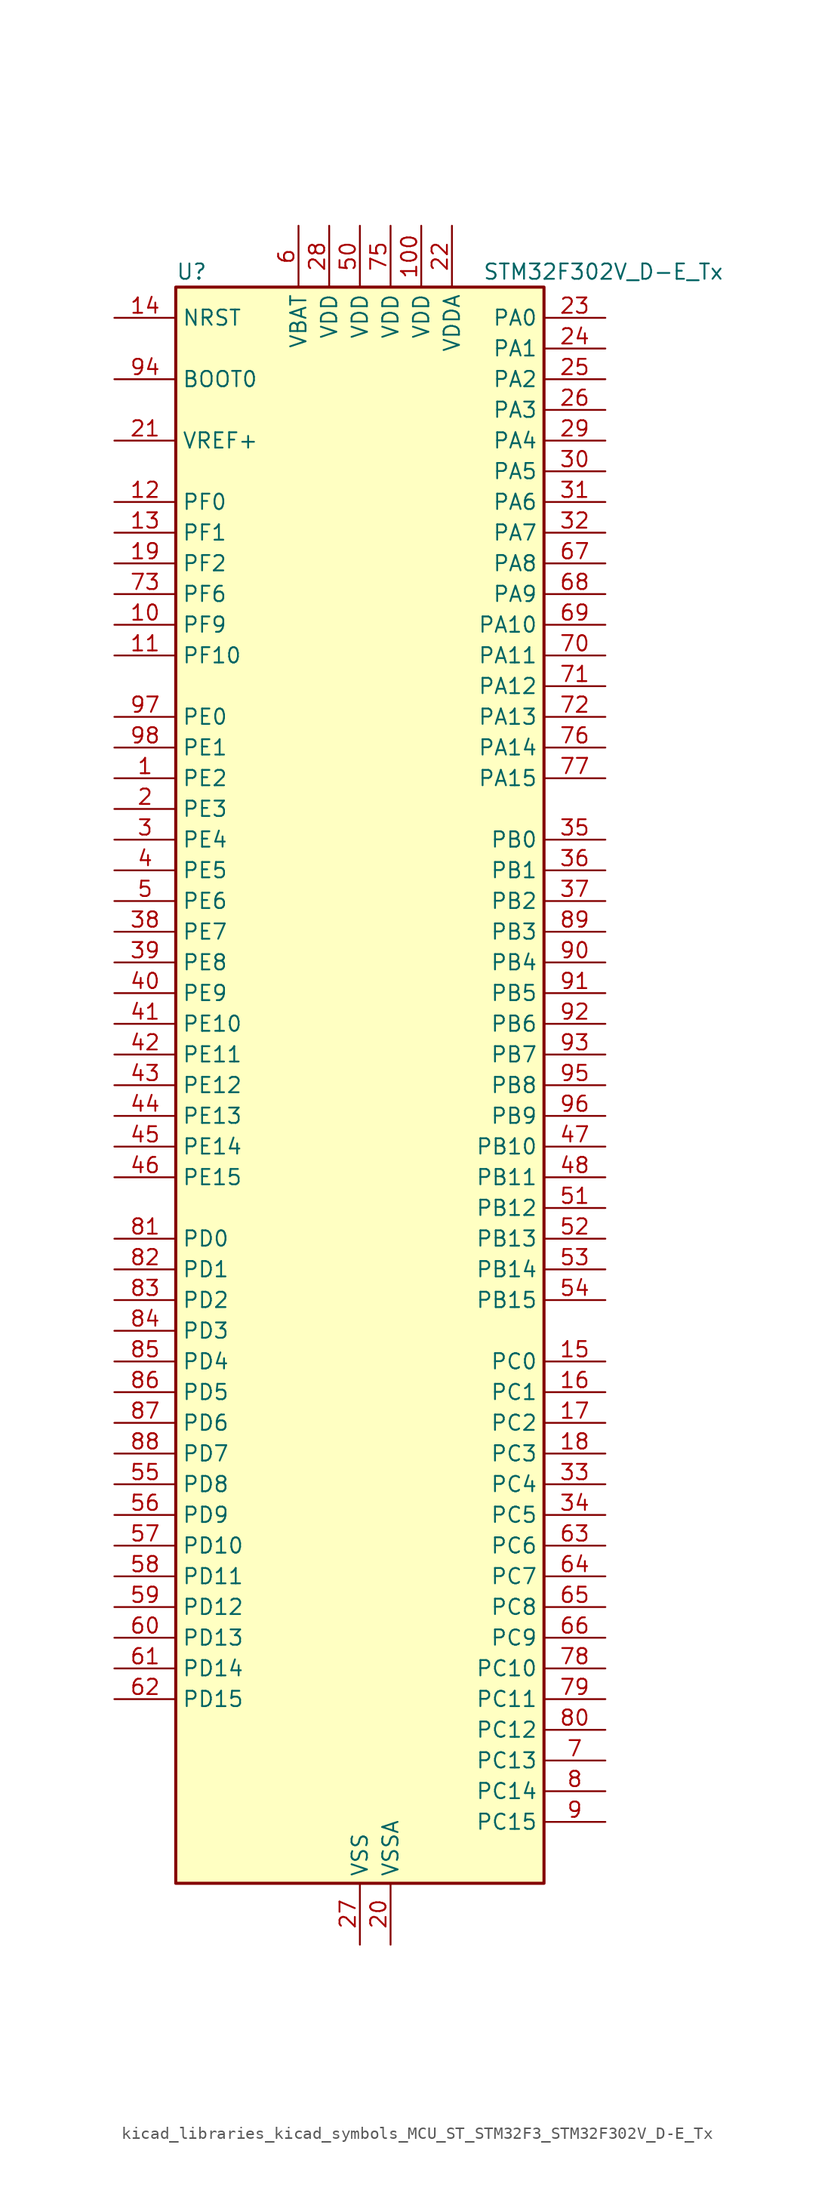
<source format=kicad_sym>
(kicad_symbol_lib
  (version 20220914)
  (generator kicad_symbol_editor)
  (symbol "kicad_libraries_kicad_symbols_MCU_ST_STM32F3_STM32F302V_D-E_Tx"
    (property "Reference" "U"
      (at -15.24 67.31 0)
      (effects (font (size 1.27 1.27)) (justify left)))
    (property "Value" "STM32F302V_D-E_Tx"
      (at 10.16 67.31 0)
      (effects (font (size 1.27 1.27)) (justify left)))
    (property "ki_locked" ""
      (at 0 0 0)
      (effects (font (size 1.27 1.27))))
    (symbol "kicad_libraries_kicad_symbols_MCU_ST_STM32F3_STM32F302V_D-E_Tx_0_1"
      (rectangle (start -15.24 -66.04) (end 15.24 66.04) (stroke (width 0.254) (type default)) (fill (type background))))
    (symbol "kicad_libraries_kicad_symbols_MCU_ST_STM32F3_STM32F302V_D-E_Tx_1_1"
      (pin bidirectional line (at -20.32 25.4 0) (length 5.08) (name "PE2" (effects (font (size 1.27 1.27)))) (number "1" (effects (font (size 1.27 1.27)))) (alternate "FMC_A23" bidirectional line) (alternate "SPI4_SCK" bidirectional line) (alternate "SYS_TRACECK" bidirectional line) (alternate "TIM3_CH1" bidirectional line) (alternate "TSC_G7_IO1" bidirectional line))
      (pin bidirectional line (at -20.32 38.1 0) (length 5.08) (name "PF9" (effects (font (size 1.27 1.27)))) (number "10" (effects (font (size 1.27 1.27)))) (alternate "DAC1_EXTI9" bidirectional line) (alternate "FMC_CD" bidirectional line) (alternate "SPI2_SCK" bidirectional line) (alternate "TIM15_CH1" bidirectional line))
      (pin power_in line (at 5.08 71.12 270) (length 5.08) (name "VDD" (effects (font (size 1.27 1.27)))) (number "100" (effects (font (size 1.27 1.27)))))
      (pin bidirectional line (at -20.32 35.56 0) (length 5.08) (name "PF10" (effects (font (size 1.27 1.27)))) (number "11" (effects (font (size 1.27 1.27)))) (alternate "FMC_INTR" bidirectional line) (alternate "SPI2_SCK" bidirectional line) (alternate "TIM15_CH2" bidirectional line))
      (pin bidirectional line (at -20.32 48.26 0) (length 5.08) (name "PF0" (effects (font (size 1.27 1.27)))) (number "12" (effects (font (size 1.27 1.27)))) (alternate "I2C2_SDA" bidirectional line) (alternate "I2S2_WS" bidirectional line) (alternate "RCC_OSC_IN" bidirectional line) (alternate "SPI2_NSS" bidirectional line) (alternate "TIM1_CH3N" bidirectional line))
      (pin bidirectional line (at -20.32 45.72 0) (length 5.08) (name "PF1" (effects (font (size 1.27 1.27)))) (number "13" (effects (font (size 1.27 1.27)))) (alternate "I2C2_SCL" bidirectional line) (alternate "I2S2_CK" bidirectional line) (alternate "RCC_OSC_OUT" bidirectional line) (alternate "SPI2_SCK" bidirectional line))
      (pin input line (at -20.32 63.5 0) (length 5.08) (name "NRST" (effects (font (size 1.27 1.27)))) (number "14" (effects (font (size 1.27 1.27)))))
      (pin bidirectional line (at 20.32 -22.86 180) (length 5.08) (name "PC0" (effects (font (size 1.27 1.27)))) (number "15" (effects (font (size 1.27 1.27)))) (alternate "ADC1_IN6" bidirectional line) (alternate "ADC2_IN6" bidirectional line) (alternate "TIM1_CH1" bidirectional line))
      (pin bidirectional line (at 20.32 -25.4 180) (length 5.08) (name "PC1" (effects (font (size 1.27 1.27)))) (number "16" (effects (font (size 1.27 1.27)))) (alternate "ADC1_IN7" bidirectional line) (alternate "ADC2_IN7" bidirectional line) (alternate "TIM1_CH2" bidirectional line))
      (pin bidirectional line (at 20.32 -27.94 180) (length 5.08) (name "PC2" (effects (font (size 1.27 1.27)))) (number "17" (effects (font (size 1.27 1.27)))) (alternate "ADC1_IN8" bidirectional line) (alternate "ADC2_IN8" bidirectional line) (alternate "TIM1_CH3" bidirectional line))
      (pin bidirectional line (at 20.32 -30.48 180) (length 5.08) (name "PC3" (effects (font (size 1.27 1.27)))) (number "18" (effects (font (size 1.27 1.27)))) (alternate "ADC1_IN9" bidirectional line) (alternate "ADC2_IN9" bidirectional line) (alternate "TIM1_BKIN2" bidirectional line) (alternate "TIM1_CH4" bidirectional line))
      (pin bidirectional line (at -20.32 43.18 0) (length 5.08) (name "PF2" (effects (font (size 1.27 1.27)))) (number "19" (effects (font (size 1.27 1.27)))) (alternate "ADC1_IN10" bidirectional line) (alternate "ADC2_IN10" bidirectional line) (alternate "FMC_A2" bidirectional line))
      (pin bidirectional line (at -20.32 22.86 0) (length 5.08) (name "PE3" (effects (font (size 1.27 1.27)))) (number "2" (effects (font (size 1.27 1.27)))) (alternate "FMC_A19" bidirectional line) (alternate "SPI4_NSS" bidirectional line) (alternate "SYS_TRACED0" bidirectional line) (alternate "TIM3_CH2" bidirectional line) (alternate "TSC_G7_IO2" bidirectional line))
      (pin power_in line (at 2.54 -71.12 90) (length 5.08) (name "VSSA" (effects (font (size 1.27 1.27)))) (number "20" (effects (font (size 1.27 1.27)))))
      (pin input line (at -20.32 53.34 0) (length 5.08) (name "VREF+" (effects (font (size 1.27 1.27)))) (number "21" (effects (font (size 1.27 1.27)))))
      (pin power_in line (at 7.62 71.12 270) (length 5.08) (name "VDDA" (effects (font (size 1.27 1.27)))) (number "22" (effects (font (size 1.27 1.27)))))
      (pin bidirectional line (at 20.32 63.5 180) (length 5.08) (name "PA0" (effects (font (size 1.27 1.27)))) (number "23" (effects (font (size 1.27 1.27)))) (alternate "ADC1_IN1" bidirectional line) (alternate "COMP1_INM" bidirectional line) (alternate "COMP1_OUT" bidirectional line) (alternate "RTC_TAMP2" bidirectional line) (alternate "SYS_WKUP1" bidirectional line) (alternate "TIM2_CH1" bidirectional line) (alternate "TIM2_ETR" bidirectional line) (alternate "TSC_G1_IO1" bidirectional line) (alternate "USART2_CTS" bidirectional line))
      (pin bidirectional line (at 20.32 60.96 180) (length 5.08) (name "PA1" (effects (font (size 1.27 1.27)))) (number "24" (effects (font (size 1.27 1.27)))) (alternate "ADC1_IN2" bidirectional line) (alternate "COMP1_INP" bidirectional line) (alternate "OPAMP1_VINP" bidirectional line) (alternate "OPAMP1_VINP_SEC" bidirectional line) (alternate "RTC_REFIN" bidirectional line) (alternate "TIM15_CH1N" bidirectional line) (alternate "TIM2_CH2" bidirectional line) (alternate "TSC_G1_IO2" bidirectional line) (alternate "USART2_DE" bidirectional line) (alternate "USART2_RTS" bidirectional line))
      (pin bidirectional line (at 20.32 58.42 180) (length 5.08) (name "PA2" (effects (font (size 1.27 1.27)))) (number "25" (effects (font (size 1.27 1.27)))) (alternate "ADC1_IN3" bidirectional line) (alternate "COMP2_INM" bidirectional line) (alternate "COMP2_OUT" bidirectional line) (alternate "OPAMP1_VOUT" bidirectional line) (alternate "TIM15_CH1" bidirectional line) (alternate "TIM2_CH3" bidirectional line) (alternate "TSC_G1_IO3" bidirectional line) (alternate "USART2_TX" bidirectional line))
      (pin bidirectional line (at 20.32 55.88 180) (length 5.08) (name "PA3" (effects (font (size 1.27 1.27)))) (number "26" (effects (font (size 1.27 1.27)))) (alternate "ADC1_IN4" bidirectional line) (alternate "OPAMP1_VINM" bidirectional line) (alternate "OPAMP1_VINM_SEC" bidirectional line) (alternate "OPAMP1_VINP" bidirectional line) (alternate "OPAMP1_VINP_SEC" bidirectional line) (alternate "TIM15_CH2" bidirectional line) (alternate "TIM2_CH4" bidirectional line) (alternate "TSC_G1_IO4" bidirectional line) (alternate "USART2_RX" bidirectional line))
      (pin power_in line (at 0 -71.12 90) (length 5.08) (name "VSS" (effects (font (size 1.27 1.27)))) (number "27" (effects (font (size 1.27 1.27)))))
      (pin power_in line (at -2.54 71.12 270) (length 5.08) (name "VDD" (effects (font (size 1.27 1.27)))) (number "28" (effects (font (size 1.27 1.27)))))
      (pin bidirectional line (at 20.32 53.34 180) (length 5.08) (name "PA4" (effects (font (size 1.27 1.27)))) (number "29" (effects (font (size 1.27 1.27)))) (alternate "ADC2_IN1" bidirectional line) (alternate "COMP1_INM" bidirectional line) (alternate "COMP2_INM" bidirectional line) (alternate "COMP4_INM" bidirectional line) (alternate "COMP6_INM" bidirectional line) (alternate "DAC1_OUT1" bidirectional line) (alternate "I2S3_WS" bidirectional line) (alternate "SPI1_NSS" bidirectional line) (alternate "SPI3_NSS" bidirectional line) (alternate "TIM3_CH2" bidirectional line) (alternate "TSC_G2_IO1" bidirectional line) (alternate "USART2_CK" bidirectional line))
      (pin bidirectional line (at -20.32 20.32 0) (length 5.08) (name "PE4" (effects (font (size 1.27 1.27)))) (number "3" (effects (font (size 1.27 1.27)))) (alternate "FMC_A20" bidirectional line) (alternate "SPI4_NSS" bidirectional line) (alternate "SYS_TRACED1" bidirectional line) (alternate "TIM3_CH3" bidirectional line) (alternate "TSC_G7_IO3" bidirectional line))
      (pin bidirectional line (at 20.32 50.8 180) (length 5.08) (name "PA5" (effects (font (size 1.27 1.27)))) (number "30" (effects (font (size 1.27 1.27)))) (alternate "ADC2_IN2" bidirectional line) (alternate "COMP1_INM" bidirectional line) (alternate "COMP2_INM" bidirectional line) (alternate "COMP4_INM" bidirectional line) (alternate "COMP6_INM" bidirectional line) (alternate "OPAMP1_VINP" bidirectional line) (alternate "OPAMP1_VINP_SEC" bidirectional line) (alternate "OPAMP2_VINM" bidirectional line) (alternate "OPAMP2_VINM_SEC" bidirectional line) (alternate "SPI1_SCK" bidirectional line) (alternate "TIM2_CH1" bidirectional line) (alternate "TIM2_ETR" bidirectional line) (alternate "TSC_G2_IO2" bidirectional line))
      (pin bidirectional line (at 20.32 48.26 180) (length 5.08) (name "PA6" (effects (font (size 1.27 1.27)))) (number "31" (effects (font (size 1.27 1.27)))) (alternate "ADC2_IN3" bidirectional line) (alternate "COMP1_OUT" bidirectional line) (alternate "OPAMP2_VOUT" bidirectional line) (alternate "SPI1_MISO" bidirectional line) (alternate "TIM16_CH1" bidirectional line) (alternate "TIM1_BKIN" bidirectional line) (alternate "TIM3_CH1" bidirectional line) (alternate "TSC_G2_IO3" bidirectional line))
      (pin bidirectional line (at 20.32 45.72 180) (length 5.08) (name "PA7" (effects (font (size 1.27 1.27)))) (number "32" (effects (font (size 1.27 1.27)))) (alternate "ADC2_IN4" bidirectional line) (alternate "COMP2_INP" bidirectional line) (alternate "OPAMP1_VINP" bidirectional line) (alternate "OPAMP1_VINP_SEC" bidirectional line) (alternate "OPAMP2_VINP" bidirectional line) (alternate "OPAMP2_VINP_SEC" bidirectional line) (alternate "SPI1_MOSI" bidirectional line) (alternate "TIM17_CH1" bidirectional line) (alternate "TIM1_CH1N" bidirectional line) (alternate "TIM3_CH2" bidirectional line) (alternate "TSC_G2_IO4" bidirectional line))
      (pin bidirectional line (at 20.32 -33.02 180) (length 5.08) (name "PC4" (effects (font (size 1.27 1.27)))) (number "33" (effects (font (size 1.27 1.27)))) (alternate "ADC2_IN5" bidirectional line) (alternate "TIM1_ETR" bidirectional line) (alternate "USART1_TX" bidirectional line))
      (pin bidirectional line (at 20.32 -35.56 180) (length 5.08) (name "PC5" (effects (font (size 1.27 1.27)))) (number "34" (effects (font (size 1.27 1.27)))) (alternate "ADC2_IN11" bidirectional line) (alternate "OPAMP1_VINM" bidirectional line) (alternate "OPAMP1_VINM_SEC" bidirectional line) (alternate "OPAMP2_VINM" bidirectional line) (alternate "OPAMP2_VINM_SEC" bidirectional line) (alternate "TIM15_BKIN" bidirectional line) (alternate "TSC_G3_IO1" bidirectional line) (alternate "USART1_RX" bidirectional line))
      (pin bidirectional line (at 20.32 20.32 180) (length 5.08) (name "PB0" (effects (font (size 1.27 1.27)))) (number "35" (effects (font (size 1.27 1.27)))) (alternate "COMP4_INP" bidirectional line) (alternate "OPAMP2_VINP" bidirectional line) (alternate "OPAMP2_VINP_SEC" bidirectional line) (alternate "TIM1_CH2N" bidirectional line) (alternate "TIM3_CH3" bidirectional line) (alternate "TSC_G3_IO2" bidirectional line))
      (pin bidirectional line (at 20.32 17.78 180) (length 5.08) (name "PB1" (effects (font (size 1.27 1.27)))) (number "36" (effects (font (size 1.27 1.27)))) (alternate "COMP4_OUT" bidirectional line) (alternate "TIM1_CH3N" bidirectional line) (alternate "TIM3_CH4" bidirectional line) (alternate "TSC_G3_IO3" bidirectional line))
      (pin bidirectional line (at 20.32 15.24 180) (length 5.08) (name "PB2" (effects (font (size 1.27 1.27)))) (number "37" (effects (font (size 1.27 1.27)))) (alternate "ADC2_IN12" bidirectional line) (alternate "COMP4_INM" bidirectional line) (alternate "TSC_G3_IO4" bidirectional line))
      (pin bidirectional line (at -20.32 12.7 0) (length 5.08) (name "PE7" (effects (font (size 1.27 1.27)))) (number "38" (effects (font (size 1.27 1.27)))) (alternate "FMC_D4" bidirectional line) (alternate "FMC_DA4" bidirectional line) (alternate "TIM1_ETR" bidirectional line))
      (pin bidirectional line (at -20.32 10.16 0) (length 5.08) (name "PE8" (effects (font (size 1.27 1.27)))) (number "39" (effects (font (size 1.27 1.27)))) (alternate "COMP4_INM" bidirectional line) (alternate "FMC_D5" bidirectional line) (alternate "FMC_DA5" bidirectional line) (alternate "TIM1_CH1N" bidirectional line))
      (pin bidirectional line (at -20.32 17.78 0) (length 5.08) (name "PE5" (effects (font (size 1.27 1.27)))) (number "4" (effects (font (size 1.27 1.27)))) (alternate "FMC_A21" bidirectional line) (alternate "SPI4_MISO" bidirectional line) (alternate "SYS_TRACED2" bidirectional line) (alternate "TIM3_CH4" bidirectional line) (alternate "TSC_G7_IO4" bidirectional line))
      (pin bidirectional line (at -20.32 7.62 0) (length 5.08) (name "PE9" (effects (font (size 1.27 1.27)))) (number "40" (effects (font (size 1.27 1.27)))) (alternate "DAC1_EXTI9" bidirectional line) (alternate "FMC_D6" bidirectional line) (alternate "FMC_DA6" bidirectional line) (alternate "TIM1_CH1" bidirectional line))
      (pin bidirectional line (at -20.32 5.08 0) (length 5.08) (name "PE10" (effects (font (size 1.27 1.27)))) (number "41" (effects (font (size 1.27 1.27)))) (alternate "FMC_D7" bidirectional line) (alternate "FMC_DA7" bidirectional line) (alternate "TIM1_CH2N" bidirectional line))
      (pin bidirectional line (at -20.32 2.54 0) (length 5.08) (name "PE11" (effects (font (size 1.27 1.27)))) (number "42" (effects (font (size 1.27 1.27)))) (alternate "ADC1_EXTI11" bidirectional line) (alternate "ADC2_EXTI11" bidirectional line) (alternate "FMC_D8" bidirectional line) (alternate "FMC_DA8" bidirectional line) (alternate "SPI4_NSS" bidirectional line) (alternate "TIM1_CH2" bidirectional line))
      (pin bidirectional line (at -20.32 0 0) (length 5.08) (name "PE12" (effects (font (size 1.27 1.27)))) (number "43" (effects (font (size 1.27 1.27)))) (alternate "FMC_D9" bidirectional line) (alternate "FMC_DA9" bidirectional line) (alternate "SPI4_SCK" bidirectional line) (alternate "TIM1_CH3N" bidirectional line))
      (pin bidirectional line (at -20.32 -2.54 0) (length 5.08) (name "PE13" (effects (font (size 1.27 1.27)))) (number "44" (effects (font (size 1.27 1.27)))) (alternate "FMC_D10" bidirectional line) (alternate "FMC_DA10" bidirectional line) (alternate "SPI4_MISO" bidirectional line) (alternate "TIM1_CH3" bidirectional line))
      (pin bidirectional line (at -20.32 -5.08 0) (length 5.08) (name "PE14" (effects (font (size 1.27 1.27)))) (number "45" (effects (font (size 1.27 1.27)))) (alternate "FMC_D11" bidirectional line) (alternate "FMC_DA11" bidirectional line) (alternate "SPI4_MOSI" bidirectional line) (alternate "TIM1_BKIN2" bidirectional line) (alternate "TIM1_CH4" bidirectional line))
      (pin bidirectional line (at -20.32 -7.62 0) (length 5.08) (name "PE15" (effects (font (size 1.27 1.27)))) (number "46" (effects (font (size 1.27 1.27)))) (alternate "ADC1_EXTI15" bidirectional line) (alternate "ADC2_EXTI15" bidirectional line) (alternate "FMC_D12" bidirectional line) (alternate "FMC_DA12" bidirectional line) (alternate "TIM1_BKIN" bidirectional line) (alternate "USART3_RX" bidirectional line))
      (pin bidirectional line (at 20.32 -5.08 180) (length 5.08) (name "PB10" (effects (font (size 1.27 1.27)))) (number "47" (effects (font (size 1.27 1.27)))) (alternate "TIM2_CH3" bidirectional line) (alternate "TSC_SYNC" bidirectional line) (alternate "USART3_TX" bidirectional line))
      (pin bidirectional line (at 20.32 -7.62 180) (length 5.08) (name "PB11" (effects (font (size 1.27 1.27)))) (number "48" (effects (font (size 1.27 1.27)))) (alternate "ADC1_EXTI11" bidirectional line) (alternate "ADC1_IN14" bidirectional line) (alternate "ADC2_EXTI11" bidirectional line) (alternate "ADC2_IN14" bidirectional line) (alternate "COMP6_INP" bidirectional line) (alternate "TIM2_CH4" bidirectional line) (alternate "TSC_G6_IO1" bidirectional line) (alternate "USART3_RX" bidirectional line))
      (pin passive line (at 0 -71.12 90) (length 5.08) hide (name "VSS" (effects (font (size 1.27 1.27)))) (number "49" (effects (font (size 1.27 1.27)))))
      (pin bidirectional line (at -20.32 15.24 0) (length 5.08) (name "PE6" (effects (font (size 1.27 1.27)))) (number "5" (effects (font (size 1.27 1.27)))) (alternate "FMC_A22" bidirectional line) (alternate "RTC_TAMP3" bidirectional line) (alternate "SPI4_MOSI" bidirectional line) (alternate "SYS_TRACED3" bidirectional line) (alternate "SYS_WKUP3" bidirectional line))
      (pin power_in line (at 0 71.12 270) (length 5.08) (name "VDD" (effects (font (size 1.27 1.27)))) (number "50" (effects (font (size 1.27 1.27)))))
      (pin bidirectional line (at 20.32 -10.16 180) (length 5.08) (name "PB12" (effects (font (size 1.27 1.27)))) (number "51" (effects (font (size 1.27 1.27)))) (alternate "I2C2_SMBA" bidirectional line) (alternate "I2S2_WS" bidirectional line) (alternate "SPI2_NSS" bidirectional line) (alternate "TIM1_BKIN" bidirectional line) (alternate "TSC_G6_IO2" bidirectional line) (alternate "USART3_CK" bidirectional line))
      (pin bidirectional line (at 20.32 -12.7 180) (length 5.08) (name "PB13" (effects (font (size 1.27 1.27)))) (number "52" (effects (font (size 1.27 1.27)))) (alternate "I2S2_CK" bidirectional line) (alternate "SPI2_SCK" bidirectional line) (alternate "TIM1_CH1N" bidirectional line) (alternate "TSC_G6_IO3" bidirectional line) (alternate "USART3_CTS" bidirectional line))
      (pin bidirectional line (at 20.32 -15.24 180) (length 5.08) (name "PB14" (effects (font (size 1.27 1.27)))) (number "53" (effects (font (size 1.27 1.27)))) (alternate "I2S2_ext_SD" bidirectional line) (alternate "OPAMP2_VINP" bidirectional line) (alternate "OPAMP2_VINP_SEC" bidirectional line) (alternate "SPI2_MISO" bidirectional line) (alternate "TIM15_CH1" bidirectional line) (alternate "TIM1_CH2N" bidirectional line) (alternate "TSC_G6_IO4" bidirectional line) (alternate "USART3_DE" bidirectional line) (alternate "USART3_RTS" bidirectional line))
      (pin bidirectional line (at 20.32 -17.78 180) (length 5.08) (name "PB15" (effects (font (size 1.27 1.27)))) (number "54" (effects (font (size 1.27 1.27)))) (alternate "ADC1_EXTI15" bidirectional line) (alternate "ADC2_EXTI15" bidirectional line) (alternate "COMP6_INM" bidirectional line) (alternate "I2S2_SD" bidirectional line) (alternate "RTC_REFIN" bidirectional line) (alternate "SPI2_MOSI" bidirectional line) (alternate "TIM15_CH1N" bidirectional line) (alternate "TIM15_CH2" bidirectional line) (alternate "TIM1_CH3N" bidirectional line))
      (pin bidirectional line (at -20.32 -33.02 0) (length 5.08) (name "PD8" (effects (font (size 1.27 1.27)))) (number "55" (effects (font (size 1.27 1.27)))) (alternate "FMC_D13" bidirectional line) (alternate "FMC_DA13" bidirectional line) (alternate "USART3_TX" bidirectional line))
      (pin bidirectional line (at -20.32 -35.56 0) (length 5.08) (name "PD9" (effects (font (size 1.27 1.27)))) (number "56" (effects (font (size 1.27 1.27)))) (alternate "DAC1_EXTI9" bidirectional line) (alternate "FMC_D14" bidirectional line) (alternate "FMC_DA14" bidirectional line) (alternate "USART3_RX" bidirectional line))
      (pin bidirectional line (at -20.32 -38.1 0) (length 5.08) (name "PD10" (effects (font (size 1.27 1.27)))) (number "57" (effects (font (size 1.27 1.27)))) (alternate "COMP6_INM" bidirectional line) (alternate "FMC_D15" bidirectional line) (alternate "FMC_DA15" bidirectional line) (alternate "USART3_CK" bidirectional line))
      (pin bidirectional line (at -20.32 -40.64 0) (length 5.08) (name "PD11" (effects (font (size 1.27 1.27)))) (number "58" (effects (font (size 1.27 1.27)))) (alternate "ADC1_EXTI11" bidirectional line) (alternate "ADC2_EXTI11" bidirectional line) (alternate "FMC_A16" bidirectional line) (alternate "FMC_CLE" bidirectional line) (alternate "USART3_CTS" bidirectional line))
      (pin bidirectional line (at -20.32 -43.18 0) (length 5.08) (name "PD12" (effects (font (size 1.27 1.27)))) (number "59" (effects (font (size 1.27 1.27)))) (alternate "FMC_A17" bidirectional line) (alternate "FMC_ALE" bidirectional line) (alternate "TIM4_CH1" bidirectional line) (alternate "TSC_G8_IO1" bidirectional line) (alternate "USART3_DE" bidirectional line) (alternate "USART3_RTS" bidirectional line))
      (pin power_in line (at -5.08 71.12 270) (length 5.08) (name "VBAT" (effects (font (size 1.27 1.27)))) (number "6" (effects (font (size 1.27 1.27)))))
      (pin bidirectional line (at -20.32 -45.72 0) (length 5.08) (name "PD13" (effects (font (size 1.27 1.27)))) (number "60" (effects (font (size 1.27 1.27)))) (alternate "FMC_A18" bidirectional line) (alternate "TIM4_CH2" bidirectional line) (alternate "TSC_G8_IO2" bidirectional line))
      (pin bidirectional line (at -20.32 -48.26 0) (length 5.08) (name "PD14" (effects (font (size 1.27 1.27)))) (number "61" (effects (font (size 1.27 1.27)))) (alternate "FMC_D0" bidirectional line) (alternate "FMC_DA0" bidirectional line) (alternate "OPAMP2_VINP" bidirectional line) (alternate "OPAMP2_VINP_SEC" bidirectional line) (alternate "TIM4_CH3" bidirectional line) (alternate "TSC_G8_IO3" bidirectional line))
      (pin bidirectional line (at -20.32 -50.8 0) (length 5.08) (name "PD15" (effects (font (size 1.27 1.27)))) (number "62" (effects (font (size 1.27 1.27)))) (alternate "ADC1_EXTI15" bidirectional line) (alternate "ADC2_EXTI15" bidirectional line) (alternate "FMC_D1" bidirectional line) (alternate "FMC_DA1" bidirectional line) (alternate "SPI2_NSS" bidirectional line) (alternate "TIM4_CH4" bidirectional line) (alternate "TSC_G8_IO4" bidirectional line))
      (pin bidirectional line (at 20.32 -38.1 180) (length 5.08) (name "PC6" (effects (font (size 1.27 1.27)))) (number "63" (effects (font (size 1.27 1.27)))) (alternate "COMP6_OUT" bidirectional line) (alternate "I2S2_MCK" bidirectional line) (alternate "TIM3_CH1" bidirectional line))
      (pin bidirectional line (at 20.32 -40.64 180) (length 5.08) (name "PC7" (effects (font (size 1.27 1.27)))) (number "64" (effects (font (size 1.27 1.27)))) (alternate "I2S3_MCK" bidirectional line) (alternate "TIM3_CH2" bidirectional line))
      (pin bidirectional line (at 20.32 -43.18 180) (length 5.08) (name "PC8" (effects (font (size 1.27 1.27)))) (number "65" (effects (font (size 1.27 1.27)))) (alternate "TIM3_CH3" bidirectional line))
      (pin bidirectional line (at 20.32 -45.72 180) (length 5.08) (name "PC9" (effects (font (size 1.27 1.27)))) (number "66" (effects (font (size 1.27 1.27)))) (alternate "DAC1_EXTI9" bidirectional line) (alternate "I2C3_SDA" bidirectional line) (alternate "I2S_CKIN" bidirectional line) (alternate "TIM3_CH4" bidirectional line))
      (pin bidirectional line (at 20.32 43.18 180) (length 5.08) (name "PA8" (effects (font (size 1.27 1.27)))) (number "67" (effects (font (size 1.27 1.27)))) (alternate "I2C2_SMBA" bidirectional line) (alternate "I2C3_SCL" bidirectional line) (alternate "I2S2_MCK" bidirectional line) (alternate "RCC_MCO" bidirectional line) (alternate "TIM1_CH1" bidirectional line) (alternate "TIM4_ETR" bidirectional line) (alternate "USART1_CK" bidirectional line))
      (pin bidirectional line (at 20.32 40.64 180) (length 5.08) (name "PA9" (effects (font (size 1.27 1.27)))) (number "68" (effects (font (size 1.27 1.27)))) (alternate "DAC1_EXTI9" bidirectional line) (alternate "I2C2_SCL" bidirectional line) (alternate "I2C3_SMBA" bidirectional line) (alternate "I2S3_MCK" bidirectional line) (alternate "TIM15_BKIN" bidirectional line) (alternate "TIM1_CH2" bidirectional line) (alternate "TIM2_CH3" bidirectional line) (alternate "TSC_G4_IO1" bidirectional line) (alternate "USART1_TX" bidirectional line))
      (pin bidirectional line (at 20.32 38.1 180) (length 5.08) (name "PA10" (effects (font (size 1.27 1.27)))) (number "69" (effects (font (size 1.27 1.27)))) (alternate "COMP6_OUT" bidirectional line) (alternate "I2C2_SDA" bidirectional line) (alternate "I2S2_ext_SD" bidirectional line) (alternate "SPI2_MISO" bidirectional line) (alternate "TIM17_BKIN" bidirectional line) (alternate "TIM1_CH3" bidirectional line) (alternate "TIM2_CH4" bidirectional line) (alternate "TSC_G4_IO2" bidirectional line) (alternate "USART1_RX" bidirectional line))
      (pin bidirectional line (at 20.32 -55.88 180) (length 5.08) (name "PC13" (effects (font (size 1.27 1.27)))) (number "7" (effects (font (size 1.27 1.27)))) (alternate "RTC_OUT_ALARM" bidirectional line) (alternate "RTC_OUT_CALIB" bidirectional line) (alternate "RTC_TAMP1" bidirectional line) (alternate "RTC_TS" bidirectional line) (alternate "SYS_WKUP2" bidirectional line) (alternate "TIM1_CH1N" bidirectional line))
      (pin bidirectional line (at 20.32 35.56 180) (length 5.08) (name "PA11" (effects (font (size 1.27 1.27)))) (number "70" (effects (font (size 1.27 1.27)))) (alternate "ADC1_EXTI11" bidirectional line) (alternate "ADC2_EXTI11" bidirectional line) (alternate "CAN_RX" bidirectional line) (alternate "COMP1_OUT" bidirectional line) (alternate "I2S2_SD" bidirectional line) (alternate "SPI2_MOSI" bidirectional line) (alternate "TIM1_BKIN2" bidirectional line) (alternate "TIM1_CH1N" bidirectional line) (alternate "TIM1_CH4" bidirectional line) (alternate "TIM4_CH1" bidirectional line) (alternate "USART1_CTS" bidirectional line) (alternate "USB_DM" bidirectional line))
      (pin bidirectional line (at 20.32 33.02 180) (length 5.08) (name "PA12" (effects (font (size 1.27 1.27)))) (number "71" (effects (font (size 1.27 1.27)))) (alternate "CAN_TX" bidirectional line) (alternate "COMP2_OUT" bidirectional line) (alternate "I2S_CKIN" bidirectional line) (alternate "TIM16_CH1" bidirectional line) (alternate "TIM1_CH2N" bidirectional line) (alternate "TIM1_ETR" bidirectional line) (alternate "TIM4_CH2" bidirectional line) (alternate "USART1_DE" bidirectional line) (alternate "USART1_RTS" bidirectional line) (alternate "USB_DP" bidirectional line))
      (pin bidirectional line (at 20.32 30.48 180) (length 5.08) (name "PA13" (effects (font (size 1.27 1.27)))) (number "72" (effects (font (size 1.27 1.27)))) (alternate "IR_OUT" bidirectional line) (alternate "SYS_JTMS-SWDIO" bidirectional line) (alternate "TIM16_CH1N" bidirectional line) (alternate "TIM4_CH3" bidirectional line) (alternate "TSC_G4_IO3" bidirectional line) (alternate "USART3_CTS" bidirectional line))
      (pin bidirectional line (at -20.32 40.64 0) (length 5.08) (name "PF6" (effects (font (size 1.27 1.27)))) (number "73" (effects (font (size 1.27 1.27)))) (alternate "FMC_NIORD" bidirectional line) (alternate "I2C2_SCL" bidirectional line) (alternate "TIM4_CH4" bidirectional line) (alternate "USART3_DE" bidirectional line) (alternate "USART3_RTS" bidirectional line))
      (pin passive line (at 0 -71.12 90) (length 5.08) hide (name "VSS" (effects (font (size 1.27 1.27)))) (number "74" (effects (font (size 1.27 1.27)))))
      (pin power_in line (at 2.54 71.12 270) (length 5.08) (name "VDD" (effects (font (size 1.27 1.27)))) (number "75" (effects (font (size 1.27 1.27)))))
      (pin bidirectional line (at 20.32 27.94 180) (length 5.08) (name "PA14" (effects (font (size 1.27 1.27)))) (number "76" (effects (font (size 1.27 1.27)))) (alternate "I2C1_SDA" bidirectional line) (alternate "SYS_JTCK-SWCLK" bidirectional line) (alternate "TIM1_BKIN" bidirectional line) (alternate "TSC_G4_IO4" bidirectional line) (alternate "USART2_TX" bidirectional line))
      (pin bidirectional line (at 20.32 25.4 180) (length 5.08) (name "PA15" (effects (font (size 1.27 1.27)))) (number "77" (effects (font (size 1.27 1.27)))) (alternate "ADC1_EXTI15" bidirectional line) (alternate "ADC2_EXTI15" bidirectional line) (alternate "I2C1_SCL" bidirectional line) (alternate "I2S3_WS" bidirectional line) (alternate "SPI1_NSS" bidirectional line) (alternate "SPI3_NSS" bidirectional line) (alternate "SYS_JTDI" bidirectional line) (alternate "TIM1_BKIN" bidirectional line) (alternate "TIM2_CH1" bidirectional line) (alternate "TIM2_ETR" bidirectional line) (alternate "TSC_SYNC" bidirectional line) (alternate "USART2_RX" bidirectional line))
      (pin bidirectional line (at 20.32 -48.26 180) (length 5.08) (name "PC10" (effects (font (size 1.27 1.27)))) (number "78" (effects (font (size 1.27 1.27)))) (alternate "I2S3_CK" bidirectional line) (alternate "SPI3_SCK" bidirectional line) (alternate "UART4_TX" bidirectional line) (alternate "USART3_TX" bidirectional line))
      (pin bidirectional line (at 20.32 -50.8 180) (length 5.08) (name "PC11" (effects (font (size 1.27 1.27)))) (number "79" (effects (font (size 1.27 1.27)))) (alternate "ADC1_EXTI11" bidirectional line) (alternate "ADC2_EXTI11" bidirectional line) (alternate "I2S3_ext_SD" bidirectional line) (alternate "SPI3_MISO" bidirectional line) (alternate "UART4_RX" bidirectional line) (alternate "USART3_RX" bidirectional line))
      (pin bidirectional line (at 20.32 -58.42 180) (length 5.08) (name "PC14" (effects (font (size 1.27 1.27)))) (number "8" (effects (font (size 1.27 1.27)))) (alternate "RCC_OSC32_IN" bidirectional line))
      (pin bidirectional line (at 20.32 -53.34 180) (length 5.08) (name "PC12" (effects (font (size 1.27 1.27)))) (number "80" (effects (font (size 1.27 1.27)))) (alternate "I2S3_SD" bidirectional line) (alternate "SPI3_MOSI" bidirectional line) (alternate "UART5_TX" bidirectional line) (alternate "USART3_CK" bidirectional line))
      (pin bidirectional line (at -20.32 -12.7 0) (length 5.08) (name "PD0" (effects (font (size 1.27 1.27)))) (number "81" (effects (font (size 1.27 1.27)))) (alternate "CAN_RX" bidirectional line) (alternate "FMC_D2" bidirectional line) (alternate "FMC_DA2" bidirectional line))
      (pin bidirectional line (at -20.32 -15.24 0) (length 5.08) (name "PD1" (effects (font (size 1.27 1.27)))) (number "82" (effects (font (size 1.27 1.27)))) (alternate "CAN_TX" bidirectional line) (alternate "FMC_D3" bidirectional line) (alternate "FMC_DA3" bidirectional line))
      (pin bidirectional line (at -20.32 -17.78 0) (length 5.08) (name "PD2" (effects (font (size 1.27 1.27)))) (number "83" (effects (font (size 1.27 1.27)))) (alternate "TIM3_ETR" bidirectional line) (alternate "UART5_RX" bidirectional line))
      (pin bidirectional line (at -20.32 -20.32 0) (length 5.08) (name "PD3" (effects (font (size 1.27 1.27)))) (number "84" (effects (font (size 1.27 1.27)))) (alternate "FMC_CLK" bidirectional line) (alternate "TIM2_CH1" bidirectional line) (alternate "TIM2_ETR" bidirectional line) (alternate "USART2_CTS" bidirectional line))
      (pin bidirectional line (at -20.32 -22.86 0) (length 5.08) (name "PD4" (effects (font (size 1.27 1.27)))) (number "85" (effects (font (size 1.27 1.27)))) (alternate "FMC_NOE" bidirectional line) (alternate "TIM2_CH2" bidirectional line) (alternate "USART2_DE" bidirectional line) (alternate "USART2_RTS" bidirectional line))
      (pin bidirectional line (at -20.32 -25.4 0) (length 5.08) (name "PD5" (effects (font (size 1.27 1.27)))) (number "86" (effects (font (size 1.27 1.27)))) (alternate "FMC_NWE" bidirectional line) (alternate "USART2_TX" bidirectional line))
      (pin bidirectional line (at -20.32 -27.94 0) (length 5.08) (name "PD6" (effects (font (size 1.27 1.27)))) (number "87" (effects (font (size 1.27 1.27)))) (alternate "FMC_NWAIT" bidirectional line) (alternate "TIM2_CH4" bidirectional line) (alternate "USART2_RX" bidirectional line))
      (pin bidirectional line (at -20.32 -30.48 0) (length 5.08) (name "PD7" (effects (font (size 1.27 1.27)))) (number "88" (effects (font (size 1.27 1.27)))) (alternate "FMC_NCE2" bidirectional line) (alternate "FMC_NE1" bidirectional line) (alternate "TIM2_CH3" bidirectional line) (alternate "USART2_CK" bidirectional line))
      (pin bidirectional line (at 20.32 12.7 180) (length 5.08) (name "PB3" (effects (font (size 1.27 1.27)))) (number "89" (effects (font (size 1.27 1.27)))) (alternate "I2S3_CK" bidirectional line) (alternate "SPI1_SCK" bidirectional line) (alternate "SPI3_SCK" bidirectional line) (alternate "SYS_JTDO-TRACESWO" bidirectional line) (alternate "TIM2_CH2" bidirectional line) (alternate "TIM3_ETR" bidirectional line) (alternate "TIM4_ETR" bidirectional line) (alternate "TSC_G5_IO1" bidirectional line) (alternate "USART2_TX" bidirectional line))
      (pin bidirectional line (at 20.32 -60.96 180) (length 5.08) (name "PC15" (effects (font (size 1.27 1.27)))) (number "9" (effects (font (size 1.27 1.27)))) (alternate "ADC1_EXTI15" bidirectional line) (alternate "ADC2_EXTI15" bidirectional line) (alternate "RCC_OSC32_OUT" bidirectional line))
      (pin bidirectional line (at 20.32 10.16 180) (length 5.08) (name "PB4" (effects (font (size 1.27 1.27)))) (number "90" (effects (font (size 1.27 1.27)))) (alternate "I2S3_ext_SD" bidirectional line) (alternate "SPI1_MISO" bidirectional line) (alternate "SPI3_MISO" bidirectional line) (alternate "SYS_NJTRST" bidirectional line) (alternate "TIM16_CH1" bidirectional line) (alternate "TIM17_BKIN" bidirectional line) (alternate "TIM3_CH1" bidirectional line) (alternate "TSC_G5_IO2" bidirectional line) (alternate "USART2_RX" bidirectional line))
      (pin bidirectional line (at 20.32 7.62 180) (length 5.08) (name "PB5" (effects (font (size 1.27 1.27)))) (number "91" (effects (font (size 1.27 1.27)))) (alternate "I2C1_SMBA" bidirectional line) (alternate "I2C3_SDA" bidirectional line) (alternate "I2S3_SD" bidirectional line) (alternate "SPI1_MOSI" bidirectional line) (alternate "SPI3_MOSI" bidirectional line) (alternate "TIM16_BKIN" bidirectional line) (alternate "TIM17_CH1" bidirectional line) (alternate "TIM3_CH2" bidirectional line) (alternate "USART2_CK" bidirectional line))
      (pin bidirectional line (at 20.32 5.08 180) (length 5.08) (name "PB6" (effects (font (size 1.27 1.27)))) (number "92" (effects (font (size 1.27 1.27)))) (alternate "I2C1_SCL" bidirectional line) (alternate "TIM16_CH1N" bidirectional line) (alternate "TIM4_CH1" bidirectional line) (alternate "TSC_G5_IO3" bidirectional line) (alternate "USART1_TX" bidirectional line))
      (pin bidirectional line (at 20.32 2.54 180) (length 5.08) (name "PB7" (effects (font (size 1.27 1.27)))) (number "93" (effects (font (size 1.27 1.27)))) (alternate "FMC_NL" bidirectional line) (alternate "I2C1_SDA" bidirectional line) (alternate "TIM17_CH1N" bidirectional line) (alternate "TIM3_CH4" bidirectional line) (alternate "TIM4_CH2" bidirectional line) (alternate "TSC_G5_IO4" bidirectional line) (alternate "USART1_RX" bidirectional line))
      (pin input line (at -20.32 58.42 0) (length 5.08) (name "BOOT0" (effects (font (size 1.27 1.27)))) (number "94" (effects (font (size 1.27 1.27)))))
      (pin bidirectional line (at 20.32 0 180) (length 5.08) (name "PB8" (effects (font (size 1.27 1.27)))) (number "95" (effects (font (size 1.27 1.27)))) (alternate "CAN_RX" bidirectional line) (alternate "COMP1_OUT" bidirectional line) (alternate "I2C1_SCL" bidirectional line) (alternate "TIM16_CH1" bidirectional line) (alternate "TIM1_BKIN" bidirectional line) (alternate "TIM4_CH3" bidirectional line) (alternate "TSC_SYNC" bidirectional line) (alternate "USART3_RX" bidirectional line))
      (pin bidirectional line (at 20.32 -2.54 180) (length 5.08) (name "PB9" (effects (font (size 1.27 1.27)))) (number "96" (effects (font (size 1.27 1.27)))) (alternate "CAN_TX" bidirectional line) (alternate "COMP2_OUT" bidirectional line) (alternate "DAC1_EXTI9" bidirectional line) (alternate "I2C1_SDA" bidirectional line) (alternate "IR_OUT" bidirectional line) (alternate "TIM17_CH1" bidirectional line) (alternate "TIM4_CH4" bidirectional line) (alternate "USART3_TX" bidirectional line))
      (pin bidirectional line (at -20.32 30.48 0) (length 5.08) (name "PE0" (effects (font (size 1.27 1.27)))) (number "97" (effects (font (size 1.27 1.27)))) (alternate "FMC_NBL0" bidirectional line) (alternate "TIM16_CH1" bidirectional line) (alternate "TIM4_ETR" bidirectional line) (alternate "USART1_TX" bidirectional line))
      (pin bidirectional line (at -20.32 27.94 0) (length 5.08) (name "PE1" (effects (font (size 1.27 1.27)))) (number "98" (effects (font (size 1.27 1.27)))) (alternate "FMC_NBL1" bidirectional line) (alternate "TIM17_CH1" bidirectional line) (alternate "USART1_RX" bidirectional line))
      (pin passive line (at 0 -71.12 90) (length 5.08) hide (name "VSS" (effects (font (size 1.27 1.27)))) (number "99" (effects (font (size 1.27 1.27))))))))
</source>
